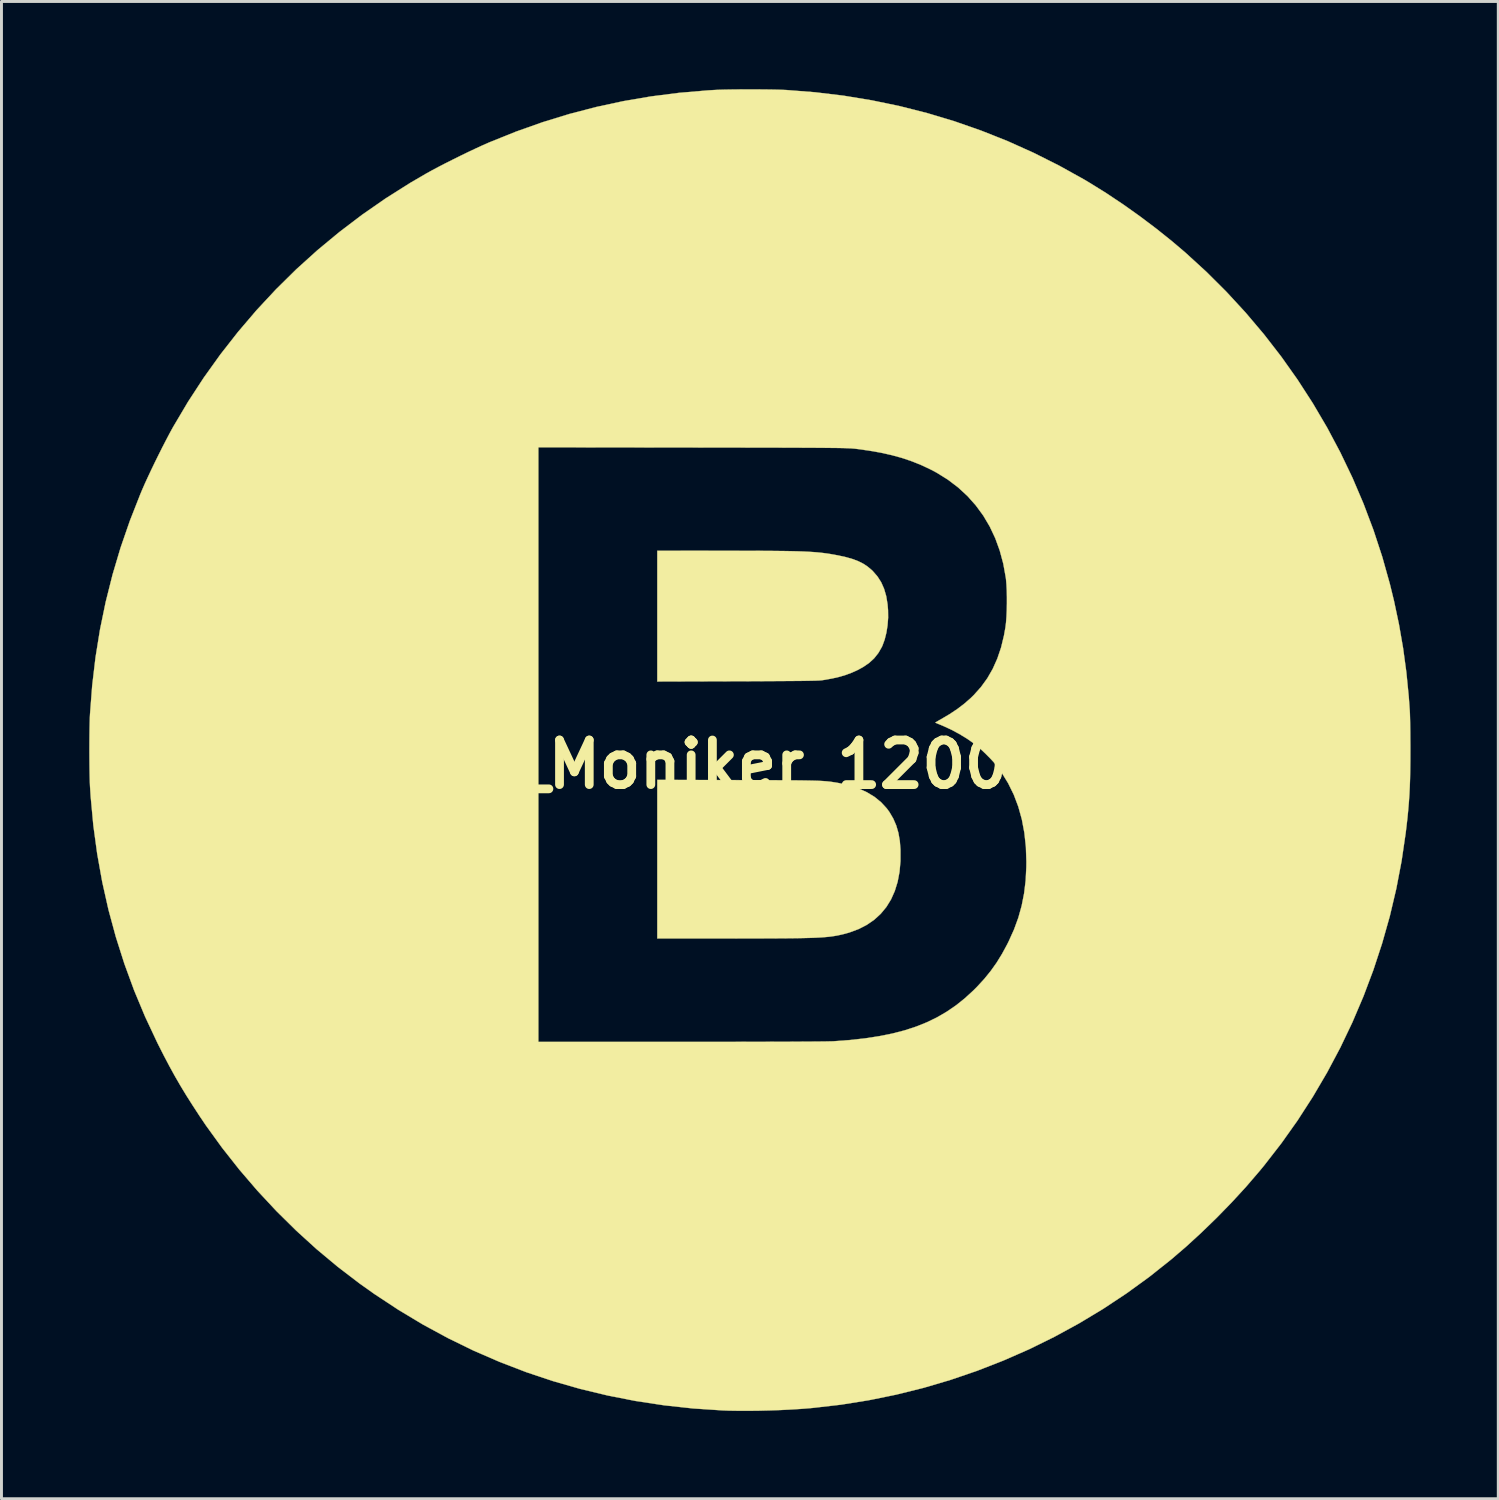
<source format=kicad_pcb>
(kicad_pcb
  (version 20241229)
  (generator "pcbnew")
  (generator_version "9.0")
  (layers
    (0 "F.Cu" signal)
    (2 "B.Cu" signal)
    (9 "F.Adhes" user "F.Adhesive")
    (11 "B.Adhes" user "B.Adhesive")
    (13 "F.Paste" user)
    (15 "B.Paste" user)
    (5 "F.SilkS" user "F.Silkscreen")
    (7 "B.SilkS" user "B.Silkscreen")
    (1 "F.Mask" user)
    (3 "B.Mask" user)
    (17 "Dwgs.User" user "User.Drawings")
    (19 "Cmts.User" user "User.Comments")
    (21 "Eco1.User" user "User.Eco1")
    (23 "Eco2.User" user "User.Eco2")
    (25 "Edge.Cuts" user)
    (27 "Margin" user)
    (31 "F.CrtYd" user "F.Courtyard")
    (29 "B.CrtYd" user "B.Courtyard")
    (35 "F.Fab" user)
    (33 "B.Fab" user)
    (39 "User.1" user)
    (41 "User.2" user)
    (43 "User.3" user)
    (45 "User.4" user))
  (footprint "CBP_Moniker_1200DPI"
    (layer "F.Cu")
    (at 22.568 23.076)
    (property "Reference" "CBP_Moniker_1200DPI" (at 0 0 0) (layer "F.SilkS") (effects (font (size 1.524 1.524) (thickness 0.3))))
    (attr through_hole)
    (fp_poly (pts (xy -0.831 -7.302) (xy -0.402 -7.302) (xy -0.014 -7.301) (xy 0.338 -7.3) (xy 0.655 -7.299) (xy 0.941 -7.296) (xy 1.198 -7.293) (xy 1.428 -7.289) (xy 1.635 -7.284) (xy 1.82 -7.278) (xy 1.987 -7.27) (xy 2.138 -7.261) (xy 2.277 -7.251) (xy 2.404 -7.239) (xy 2.525 -7.225) (xy 2.639 -7.21) (xy 2.752 -7.193) (xy 2.865 -7.173) (xy 2.98 -7.152) (xy 3.027 -7.143) (xy 3.288 -7.086) (xy 3.513 -7.022) (xy 3.708 -6.949) (xy 3.878 -6.865) (xy 4.029 -6.766) (xy 4.168 -6.65) (xy 4.214 -6.606) (xy 4.371 -6.425) (xy 4.499 -6.225) (xy 4.598 -6.002) (xy 4.67 -5.753) (xy 4.716 -5.475) (xy 4.733 -5.271) (xy 4.736 -5.013) (xy 4.716 -4.753) (xy 4.676 -4.501) (xy 4.617 -4.266) (xy 4.541 -4.058) (xy 4.519 -4.012) (xy 4.402 -3.808) (xy 4.259 -3.628) (xy 4.087 -3.47) (xy 3.88 -3.328) (xy 3.694 -3.227) (xy 3.494 -3.136) (xy 3.29 -3.06) (xy 3.074 -2.995) (xy 2.836 -2.94) (xy 2.568 -2.891) (xy 2.466 -2.876) (xy 2.424 -2.872) (xy 2.356 -2.868) (xy 2.26 -2.864) (xy 2.135 -2.861) (xy 1.979 -2.858) (xy 1.791 -2.855) (xy 1.57 -2.853) (xy 1.315 -2.851) (xy 1.023 -2.849) (xy 0.694 -2.847) (xy 0.327 -2.845) (xy -0.081 -2.843) (xy -0.429 -2.842) (xy -3.154 -2.834) (xy -3.154 -7.303) (xy -0.831 -7.302)) (stroke (width 0.01) (type solid)) (fill yes) (layer "F.SilkS"))
    (fp_poly (pts (xy -0.376 0.536) (xy 0.033 0.537) (xy 0.403 0.538) (xy 0.735 0.539) (xy 1.031 0.541) (xy 1.296 0.542) (xy 1.53 0.544) (xy 1.737 0.546) (xy 1.919 0.549) (xy 2.078 0.552) (xy 2.217 0.555) (xy 2.338 0.559) (xy 2.444 0.564) (xy 2.538 0.57) (xy 2.62 0.576) (xy 2.695 0.583) (xy 2.765 0.591) (xy 2.832 0.601) (xy 2.898 0.611) (xy 2.966 0.622) (xy 3.038 0.635) (xy 3.395 0.714) (xy 3.72 0.82) (xy 4.012 0.952) (xy 4.272 1.11) (xy 4.498 1.295) (xy 4.691 1.505) (xy 4.78 1.627) (xy 4.911 1.851) (xy 5.013 2.086) (xy 5.087 2.339) (xy 5.135 2.616) (xy 5.158 2.91) (xy 5.158 3.304) (xy 5.125 3.672) (xy 5.06 4.013) (xy 4.963 4.327) (xy 4.835 4.614) (xy 4.675 4.873) (xy 4.483 5.105) (xy 4.261 5.308) (xy 4.007 5.483) (xy 3.724 5.628) (xy 3.409 5.745) (xy 3.249 5.79) (xy 3.163 5.811) (xy 3.078 5.83) (xy 2.993 5.848) (xy 2.905 5.863) (xy 2.812 5.877) (xy 2.711 5.89) (xy 2.601 5.9) (xy 2.477 5.91) (xy 2.339 5.918) (xy 2.184 5.925) (xy 2.009 5.93) (xy 1.812 5.935) (xy 1.59 5.939) (xy 1.342 5.942) (xy 1.064 5.944) (xy 0.755 5.946) (xy 0.411 5.947) (xy 0.032 5.947) (xy -0.387 5.947) (xy -0.587 5.948) (xy -3.154 5.948) (xy -3.154 0.527) (xy -0.376 0.536)) (stroke (width 0.01) (type solid)) (fill yes) (layer "F.SilkS"))
    (fp_poly (pts (xy 0.29 -23.07) (xy 0.53 -23.068) (xy 0.755 -23.065) (xy 0.959 -23.061) (xy 1.133 -23.055) (xy 1.25 -23.05) (xy 2.237 -22.973) (xy 3.213 -22.856) (xy 4.178 -22.697) (xy 5.132 -22.499) (xy 6.074 -22.26) (xy 7.003 -21.981) (xy 7.918 -21.661) (xy 8.82 -21.303) (xy 9.707 -20.904) (xy 10.579 -20.466) (xy 11.436 -19.99) (xy 11.62 -19.88) (xy 12.186 -19.529) (xy 12.76 -19.146) (xy 13.333 -18.739) (xy 13.896 -18.315) (xy 14.439 -17.88) (xy 14.894 -17.494) (xy 15.612 -16.837) (xy 16.3 -16.151) (xy 16.956 -15.439) (xy 17.58 -14.701) (xy 18.171 -13.938) (xy 18.728 -13.152) (xy 19.251 -12.343) (xy 19.739 -11.513) (xy 20.19 -10.664) (xy 20.606 -9.796) (xy 20.984 -8.91) (xy 21.324 -8.008) (xy 21.625 -7.091) (xy 21.886 -6.16) (xy 22.023 -5.599) (xy 22.195 -4.787) (xy 22.336 -3.975) (xy 22.447 -3.155) (xy 22.53 -2.316) (xy 22.563 -1.852) (xy 22.568 -1.76) (xy 22.572 -1.632) (xy 22.576 -1.473) (xy 22.579 -1.291) (xy 22.582 -1.091) (xy 22.583 -0.878) (xy 22.585 -0.661) (xy 22.585 -0.497) (xy 22.584 -0.135) (xy 22.58 0.192) (xy 22.574 0.491) (xy 22.564 0.77) (xy 22.551 1.036) (xy 22.533 1.297) (xy 22.511 1.559) (xy 22.485 1.829) (xy 22.452 2.116) (xy 22.424 2.349) (xy 22.284 3.303) (xy 22.103 4.249) (xy 21.882 5.186) (xy 21.62 6.112) (xy 21.32 7.026) (xy 20.981 7.926) (xy 20.604 8.811) (xy 20.19 9.678) (xy 19.739 10.527) (xy 19.252 11.357) (xy 18.731 12.165) (xy 18.174 12.95) (xy 17.584 13.71) (xy 17.422 13.906) (xy 16.968 14.435) (xy 16.481 14.965) (xy 15.971 15.489) (xy 15.446 15.998) (xy 14.916 16.484) (xy 14.415 16.914) (xy 13.661 17.514) (xy 12.882 18.079) (xy 12.08 18.61) (xy 11.257 19.105) (xy 10.414 19.565) (xy 9.552 19.989) (xy 8.672 20.375) (xy 7.777 20.724) (xy 6.868 21.035) (xy 5.946 21.307) (xy 5.012 21.539) (xy 4.069 21.731) (xy 3.117 21.883) (xy 2.159 21.993) (xy 2.064 22.002) (xy 1.747 22.027) (xy 1.405 22.048) (xy 1.045 22.066) (xy 0.676 22.079) (xy 0.308 22.088) (xy -0.052 22.092) (xy -0.394 22.091) (xy -0.709 22.086) (xy -0.936 22.077) (xy -1.931 22.011) (xy -2.915 21.904) (xy -3.886 21.757) (xy -4.845 21.569) (xy -5.79 21.342) (xy -6.721 21.075) (xy -7.639 20.768) (xy -8.541 20.421) (xy -9.429 20.036) (xy -10.3 19.611) (xy -11.156 19.147) (xy -11.995 18.644) (xy -12.817 18.103) (xy -13.33 17.739) (xy -14.072 17.172) (xy -14.794 16.57) (xy -15.494 15.933) (xy -16.17 15.266) (xy -16.818 14.571) (xy -17.437 13.85) (xy -18.024 13.106) (xy -18.577 12.342) (xy -18.805 12.004) (xy -19.041 11.642) (xy -19.257 11.301) (xy -19.457 10.971) (xy -19.647 10.642) (xy -19.833 10.303) (xy -20.021 9.946) (xy -20.217 9.559) (xy -20.244 9.504) (xy -20.254 9.483) (xy -7.218 9.483) (xy -2.344 9.483) (xy -1.781 9.482) (xy -1.245 9.482) (xy -0.736 9.482) (xy -0.255 9.481) (xy 0.195 9.48) (xy 0.615 9.479) (xy 1.003 9.478) (xy 1.358 9.477) (xy 1.68 9.475) (xy 1.966 9.473) (xy 2.216 9.472) (xy 2.429 9.47) (xy 2.603 9.468) (xy 2.738 9.465) (xy 2.833 9.463) (xy 2.879 9.461) (xy 3.432 9.419) (xy 3.948 9.362) (xy 4.429 9.288) (xy 4.878 9.198) (xy 5.298 9.089) (xy 5.691 8.961) (xy 6.06 8.813) (xy 6.408 8.644) (xy 6.737 8.452) (xy 7.05 8.238) (xy 7.35 7.999) (xy 7.639 7.735) (xy 7.779 7.595) (xy 8.025 7.327) (xy 8.244 7.057) (xy 8.443 6.777) (xy 8.629 6.475) (xy 8.808 6.144) (xy 8.858 6.043) (xy 9.039 5.641) (xy 9.186 5.238) (xy 9.3 4.829) (xy 9.383 4.408) (xy 9.436 3.969) (xy 9.459 3.505) (xy 9.461 3.325) (xy 9.444 2.818) (xy 9.392 2.337) (xy 9.306 1.878) (xy 9.185 1.444) (xy 9.029 1.031) (xy 8.837 0.641) (xy 8.611 0.273) (xy 8.435 0.032) (xy 8.338 -0.084) (xy 8.216 -0.215) (xy 8.079 -0.353) (xy 7.937 -0.488) (xy 7.798 -0.61) (xy 7.673 -0.712) (xy 7.669 -0.715) (xy 7.432 -0.881) (xy 7.167 -1.042) (xy 6.888 -1.191) (xy 6.61 -1.319) (xy 6.525 -1.354) (xy 6.447 -1.386) (xy 6.387 -1.411) (xy 6.354 -1.427) (xy 6.35 -1.43) (xy 6.367 -1.442) (xy 6.414 -1.471) (xy 6.482 -1.511) (xy 6.546 -1.546) (xy 6.843 -1.722) (xy 7.106 -1.898) (xy 7.343 -2.079) (xy 7.561 -2.27) (xy 7.662 -2.369) (xy 7.91 -2.646) (xy 8.126 -2.944) (xy 8.312 -3.268) (xy 8.468 -3.618) (xy 8.596 -3.996) (xy 8.695 -4.404) (xy 8.745 -4.684) (xy 8.765 -4.848) (xy 8.78 -5.045) (xy 8.79 -5.263) (xy 8.795 -5.493) (xy 8.795 -5.726) (xy 8.79 -5.95) (xy 8.779 -6.156) (xy 8.764 -6.334) (xy 8.756 -6.392) (xy 8.671 -6.863) (xy 8.55 -7.31) (xy 8.396 -7.733) (xy 8.208 -8.132) (xy 7.987 -8.505) (xy 7.732 -8.853) (xy 7.446 -9.174) (xy 7.128 -9.467) (xy 6.778 -9.733) (xy 6.397 -9.97) (xy 6.202 -10.074) (xy 5.881 -10.226) (xy 5.554 -10.358) (xy 5.214 -10.473) (xy 4.856 -10.572) (xy 4.475 -10.657) (xy 4.063 -10.728) (xy 3.619 -10.789) (xy 3.584 -10.793) (xy 3.546 -10.796) (xy 3.503 -10.8) (xy 3.453 -10.803) (xy 3.395 -10.805) (xy 3.327 -10.808) (xy 3.248 -10.811) (xy 3.155 -10.813) (xy 3.048 -10.815) (xy 2.924 -10.817) (xy 2.783 -10.818) (xy 2.622 -10.82) (xy 2.439 -10.821) (xy 2.234 -10.823) (xy 2.004 -10.824) (xy 1.748 -10.825) (xy 1.464 -10.826) (xy 1.151 -10.827) (xy 0.807 -10.828) (xy 0.43 -10.828) (xy 0.019 -10.829) (xy -0.428 -10.83) (xy -0.913 -10.83) (xy -1.437 -10.831) (xy -1.953 -10.832) (xy -7.218 -10.838) (xy -7.218 9.483) (xy -20.254 9.483) (xy -20.659 8.621) (xy -21.033 7.725) (xy -21.366 6.816) (xy -21.659 5.895) (xy -21.912 4.961) (xy -22.124 4.015) (xy -22.296 3.056) (xy -22.428 2.084) (xy -22.519 1.1) (xy -22.542 0.742) (xy -22.548 0.598) (xy -22.553 0.418) (xy -22.557 0.211) (xy -22.56 -0.018) (xy -22.562 -0.26) (xy -22.563 -0.508) (xy -22.562 -0.756) (xy -22.56 -0.996) (xy -22.557 -1.221) (xy -22.553 -1.424) (xy -22.548 -1.598) (xy -22.542 -1.714) (xy -22.467 -2.697) (xy -22.353 -3.663) (xy -22.199 -4.616) (xy -22.005 -5.557) (xy -21.771 -6.487) (xy -21.497 -7.409) (xy -21.181 -8.323) (xy -20.824 -9.232) (xy -20.754 -9.398) (xy -20.669 -9.593) (xy -20.566 -9.817) (xy -20.451 -10.062) (xy -20.328 -10.318) (xy -20.199 -10.579) (xy -20.07 -10.836) (xy -19.944 -11.081) (xy -19.826 -11.306) (xy -19.719 -11.502) (xy -19.694 -11.546) (xy -19.191 -12.395) (xy -18.654 -13.218) (xy -18.084 -14.014) (xy -17.482 -14.783) (xy -16.849 -15.525) (xy -16.186 -16.237) (xy -15.493 -16.921) (xy -14.77 -17.574) (xy -14.019 -18.196) (xy -13.241 -18.787) (xy -12.436 -19.346) (xy -11.604 -19.872) (xy -11.038 -20.202) (xy -10.851 -20.305) (xy -10.633 -20.421) (xy -10.392 -20.546) (xy -10.137 -20.674) (xy -9.877 -20.803) (xy -9.618 -20.929) (xy -9.37 -21.046) (xy -9.14 -21.152) (xy -8.937 -21.242) (xy -8.89 -21.262) (xy -7.986 -21.626) (xy -7.078 -21.948) (xy -6.164 -22.229) (xy -5.242 -22.469) (xy -4.31 -22.67) (xy -3.367 -22.831) (xy -2.409 -22.953) (xy -1.435 -23.036) (xy -1.206 -23.05) (xy -1.063 -23.057) (xy -0.883 -23.062) (xy -0.676 -23.066) (xy -0.448 -23.069) (xy -0.206 -23.07) (xy 0.042 -23.071) (xy 0.29 -23.07)) (stroke (width 0.01) (type solid)) (fill yes) (layer "F.SilkS")))
  (gr_rect
    (start -3 -3)
    (end 48.157 48.172)
    (stroke (width 0.1) (type default))
    (fill no)
    (layer "Edge.Cuts")))
</source>
